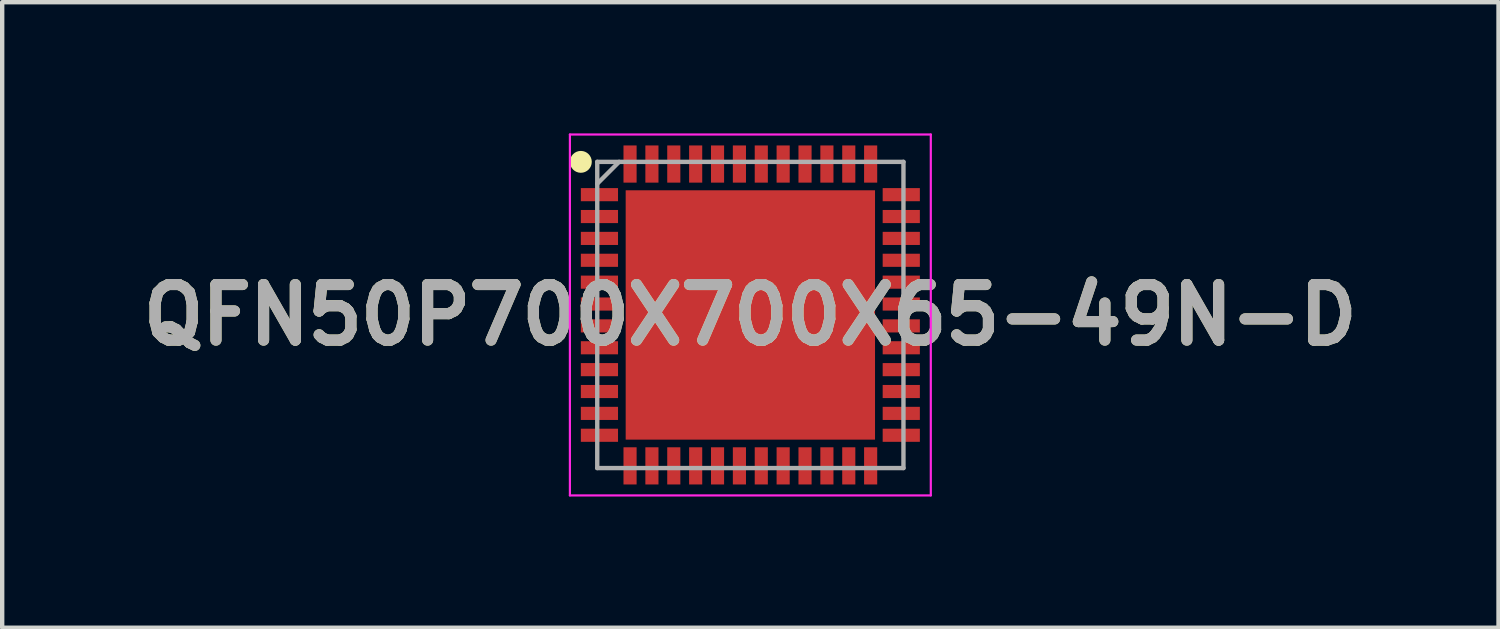
<source format=kicad_pcb>
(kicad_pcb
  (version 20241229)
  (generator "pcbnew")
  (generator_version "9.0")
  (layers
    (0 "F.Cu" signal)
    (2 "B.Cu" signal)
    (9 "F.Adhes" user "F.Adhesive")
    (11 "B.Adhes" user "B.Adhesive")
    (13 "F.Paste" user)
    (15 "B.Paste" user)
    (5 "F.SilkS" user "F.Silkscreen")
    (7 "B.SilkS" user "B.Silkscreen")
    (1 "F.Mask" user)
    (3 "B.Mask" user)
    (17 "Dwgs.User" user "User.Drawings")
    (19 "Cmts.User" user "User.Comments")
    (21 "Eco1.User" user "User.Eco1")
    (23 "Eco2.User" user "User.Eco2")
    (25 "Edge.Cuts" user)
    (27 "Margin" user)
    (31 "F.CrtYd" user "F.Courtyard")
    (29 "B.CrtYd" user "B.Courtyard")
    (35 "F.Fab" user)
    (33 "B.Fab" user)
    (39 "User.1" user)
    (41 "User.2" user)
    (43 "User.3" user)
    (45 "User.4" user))
  (footprint "QFN50P700X700X65-49N-D"
    (layer "F.Cu")
    (at 14.103 4.15)
    (property "Reference" "QFN50P700X700X65-49N-D" (at 0 0 0) (layer "F.SilkS") (effects (font (size 1.27 1.27) (thickness 0.254))))
    (attr smd)
    (fp_circle (center -3.875 -3.5) (end -3.875 -3.375) (stroke (width 0.25) (type solid)) (fill no) (layer "F.SilkS"))
    (fp_line (start -4.125 -4.125) (end 4.125 -4.125) (stroke (width 0.05) (type solid)) (layer "F.CrtYd"))
    (fp_line (start -4.125 4.125) (end -4.125 -4.125) (stroke (width 0.05) (type solid)) (layer "F.CrtYd"))
    (fp_line (start 4.125 -4.125) (end 4.125 4.125) (stroke (width 0.05) (type solid)) (layer "F.CrtYd"))
    (fp_line (start 4.125 4.125) (end -4.125 4.125) (stroke (width 0.05) (type solid)) (layer "F.CrtYd"))
    (fp_line (start -3.5 -3.5) (end 3.5 -3.5) (stroke (width 0.1) (type solid)) (layer "F.Fab"))
    (fp_line (start -3.5 -3) (end -3 -3.5) (stroke (width 0.1) (type solid)) (layer "F.Fab"))
    (fp_line (start -3.5 3.5) (end -3.5 -3.5) (stroke (width 0.1) (type solid)) (layer "F.Fab"))
    (fp_line (start 3.5 -3.5) (end 3.5 3.5) (stroke (width 0.1) (type solid)) (layer "F.Fab"))
    (fp_line (start 3.5 3.5) (end -3.5 3.5) (stroke (width 0.1) (type solid)) (layer "F.Fab"))
    (fp_text user "${REFERENCE}" (at 0 0 0) (layer "F.Fab") (effects (font (size 1.27 1.27) (thickness 0.254))))
    (pad "1" smd rect (at -3.45 -2.75 90) (size 0.3 0.85) (layers "F.Cu" "F.Mask" "F.Paste"))
    (pad "2" smd rect (at -3.45 -2.25 90) (size 0.3 0.85) (layers "F.Cu" "F.Mask" "F.Paste"))
    (pad "3" smd rect (at -3.45 -1.75 90) (size 0.3 0.85) (layers "F.Cu" "F.Mask" "F.Paste"))
    (pad "4" smd rect (at -3.45 -1.25 90) (size 0.3 0.85) (layers "F.Cu" "F.Mask" "F.Paste"))
    (pad "5" smd rect (at -3.45 -0.75 90) (size 0.3 0.85) (layers "F.Cu" "F.Mask" "F.Paste"))
    (pad "6" smd rect (at -3.45 -0.25 90) (size 0.3 0.85) (layers "F.Cu" "F.Mask" "F.Paste"))
    (pad "7" smd rect (at -3.45 0.25 90) (size 0.3 0.85) (layers "F.Cu" "F.Mask" "F.Paste"))
    (pad "8" smd rect (at -3.45 0.75 90) (size 0.3 0.85) (layers "F.Cu" "F.Mask" "F.Paste"))
    (pad "9" smd rect (at -3.45 1.25 90) (size 0.3 0.85) (layers "F.Cu" "F.Mask" "F.Paste"))
    (pad "10" smd rect (at -3.45 1.75 90) (size 0.3 0.85) (layers "F.Cu" "F.Mask" "F.Paste"))
    (pad "11" smd rect (at -3.45 2.25 90) (size 0.3 0.85) (layers "F.Cu" "F.Mask" "F.Paste"))
    (pad "12" smd rect (at -3.45 2.75 90) (size 0.3 0.85) (layers "F.Cu" "F.Mask" "F.Paste"))
    (pad "13" smd rect (at -2.75 3.45) (size 0.3 0.85) (layers "F.Cu" "F.Mask" "F.Paste"))
    (pad "14" smd rect (at -2.25 3.45) (size 0.3 0.85) (layers "F.Cu" "F.Mask" "F.Paste"))
    (pad "15" smd rect (at -1.75 3.45) (size 0.3 0.85) (layers "F.Cu" "F.Mask" "F.Paste"))
    (pad "16" smd rect (at -1.25 3.45) (size 0.3 0.85) (layers "F.Cu" "F.Mask" "F.Paste"))
    (pad "17" smd rect (at -0.75 3.45) (size 0.3 0.85) (layers "F.Cu" "F.Mask" "F.Paste"))
    (pad "18" smd rect (at -0.25 3.45) (size 0.3 0.85) (layers "F.Cu" "F.Mask" "F.Paste"))
    (pad "19" smd rect (at 0.25 3.45) (size 0.3 0.85) (layers "F.Cu" "F.Mask" "F.Paste"))
    (pad "20" smd rect (at 0.75 3.45) (size 0.3 0.85) (layers "F.Cu" "F.Mask" "F.Paste"))
    (pad "21" smd rect (at 1.25 3.45) (size 0.3 0.85) (layers "F.Cu" "F.Mask" "F.Paste"))
    (pad "22" smd rect (at 1.75 3.45) (size 0.3 0.85) (layers "F.Cu" "F.Mask" "F.Paste"))
    (pad "23" smd rect (at 2.25 3.45) (size 0.3 0.85) (layers "F.Cu" "F.Mask" "F.Paste"))
    (pad "24" smd rect (at 2.75 3.45) (size 0.3 0.85) (layers "F.Cu" "F.Mask" "F.Paste"))
    (pad "25" smd rect (at 3.45 2.75 90) (size 0.3 0.85) (layers "F.Cu" "F.Mask" "F.Paste"))
    (pad "26" smd rect (at 3.45 2.25 90) (size 0.3 0.85) (layers "F.Cu" "F.Mask" "F.Paste"))
    (pad "27" smd rect (at 3.45 1.75 90) (size 0.3 0.85) (layers "F.Cu" "F.Mask" "F.Paste"))
    (pad "28" smd rect (at 3.45 1.25 90) (size 0.3 0.85) (layers "F.Cu" "F.Mask" "F.Paste"))
    (pad "29" smd rect (at 3.45 0.75 90) (size 0.3 0.85) (layers "F.Cu" "F.Mask" "F.Paste"))
    (pad "30" smd rect (at 3.45 0.25 90) (size 0.3 0.85) (layers "F.Cu" "F.Mask" "F.Paste"))
    (pad "31" smd rect (at 3.45 -0.25 90) (size 0.3 0.85) (layers "F.Cu" "F.Mask" "F.Paste"))
    (pad "32" smd rect (at 3.45 -0.75 90) (size 0.3 0.85) (layers "F.Cu" "F.Mask" "F.Paste"))
    (pad "33" smd rect (at 3.45 -1.25 90) (size 0.3 0.85) (layers "F.Cu" "F.Mask" "F.Paste"))
    (pad "34" smd rect (at 3.45 -1.75 90) (size 0.3 0.85) (layers "F.Cu" "F.Mask" "F.Paste"))
    (pad "35" smd rect (at 3.45 -2.25 90) (size 0.3 0.85) (layers "F.Cu" "F.Mask" "F.Paste"))
    (pad "36" smd rect (at 3.45 -2.75 90) (size 0.3 0.85) (layers "F.Cu" "F.Mask" "F.Paste"))
    (pad "37" smd rect (at 2.75 -3.45) (size 0.3 0.85) (layers "F.Cu" "F.Mask" "F.Paste"))
    (pad "38" smd rect (at 2.25 -3.45) (size 0.3 0.85) (layers "F.Cu" "F.Mask" "F.Paste"))
    (pad "39" smd rect (at 1.75 -3.45) (size 0.3 0.85) (layers "F.Cu" "F.Mask" "F.Paste"))
    (pad "40" smd rect (at 1.25 -3.45) (size 0.3 0.85) (layers "F.Cu" "F.Mask" "F.Paste"))
    (pad "41" smd rect (at 0.75 -3.45) (size 0.3 0.85) (layers "F.Cu" "F.Mask" "F.Paste"))
    (pad "42" smd rect (at 0.25 -3.45) (size 0.3 0.85) (layers "F.Cu" "F.Mask" "F.Paste"))
    (pad "43" smd rect (at -0.25 -3.45) (size 0.3 0.85) (layers "F.Cu" "F.Mask" "F.Paste"))
    (pad "44" smd rect (at -0.75 -3.45) (size 0.3 0.85) (layers "F.Cu" "F.Mask" "F.Paste"))
    (pad "45" smd rect (at -1.25 -3.45) (size 0.3 0.85) (layers "F.Cu" "F.Mask" "F.Paste"))
    (pad "46" smd rect (at -1.75 -3.45) (size 0.3 0.85) (layers "F.Cu" "F.Mask" "F.Paste"))
    (pad "47" smd rect (at -2.25 -3.45) (size 0.3 0.85) (layers "F.Cu" "F.Mask" "F.Paste"))
    (pad "48" smd rect (at -2.75 -3.45) (size 0.3 0.85) (layers "F.Cu" "F.Mask" "F.Paste"))
    (pad "49" smd rect (at 0 0) (size 5.7 5.7) (layers "F.Cu" "F.Mask" "F.Paste")))
  (gr_rect
    (start -3 -3)
    (end 31.206 11.3)
    (stroke (width 0.1) (type default))
    (fill no)
    (layer "Edge.Cuts")))
</source>
